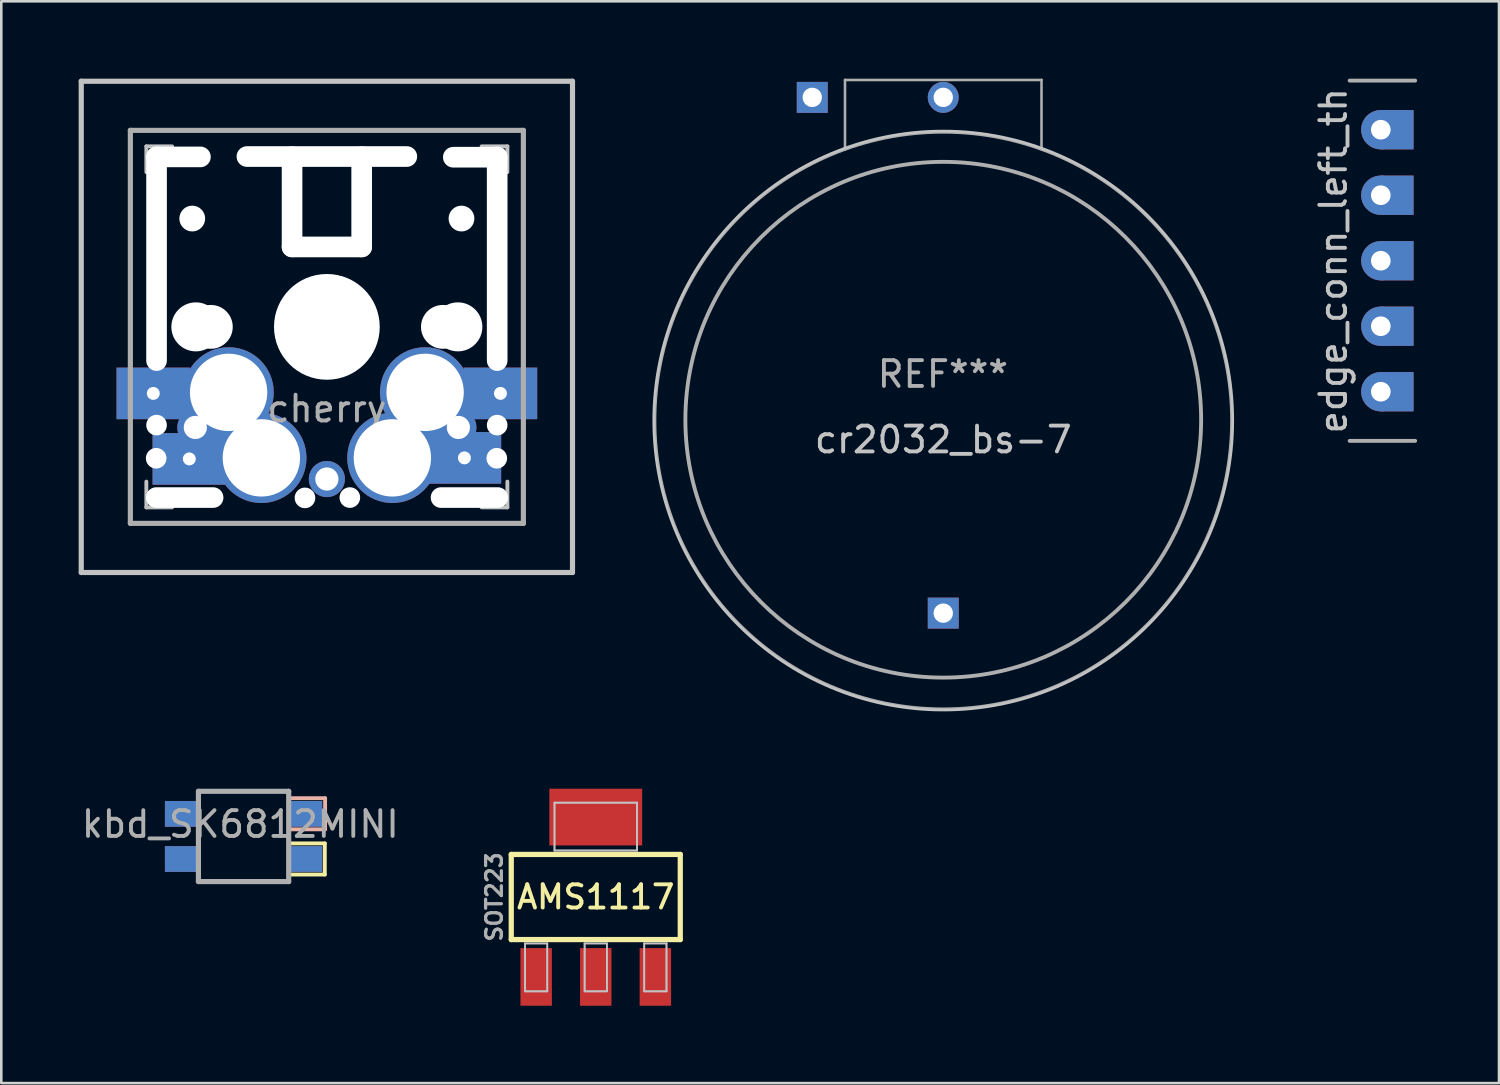
<source format=kicad_pcb>
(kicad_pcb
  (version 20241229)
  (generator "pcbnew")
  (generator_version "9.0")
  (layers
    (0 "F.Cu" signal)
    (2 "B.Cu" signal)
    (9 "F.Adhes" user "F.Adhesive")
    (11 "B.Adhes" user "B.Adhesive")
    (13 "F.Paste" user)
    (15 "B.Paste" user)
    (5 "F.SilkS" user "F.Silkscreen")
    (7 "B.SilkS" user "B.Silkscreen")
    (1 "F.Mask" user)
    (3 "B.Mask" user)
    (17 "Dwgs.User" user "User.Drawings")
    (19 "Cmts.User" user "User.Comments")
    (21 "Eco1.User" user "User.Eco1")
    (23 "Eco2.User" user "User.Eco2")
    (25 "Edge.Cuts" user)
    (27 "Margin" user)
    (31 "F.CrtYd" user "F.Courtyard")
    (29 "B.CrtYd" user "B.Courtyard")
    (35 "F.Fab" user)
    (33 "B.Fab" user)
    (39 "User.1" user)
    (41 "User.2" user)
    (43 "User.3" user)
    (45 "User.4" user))
  (footprint "edge_conn_left_th"
    (layer "F.Cu")
    (at 51.827 7.06)
    (property "Reference" "edge_conn_left_th" (at -3.175 0 270) (layer "Dwgs.User") (effects (font (size 1 1) (thickness 0.15))))
    (attr through_hole)
    (fp_line (start -2.54 -6.985) (end 0 -6.985) (stroke (width 0.15) (type solid)) (layer "F.Fab"))
    (fp_line (start 0 6.985) (end -2.54 6.985) (stroke (width 0.15) (type solid)) (layer "F.Fab"))
    (pad "1" thru_hole circle (at -1.333 -5.08 180) (size 1.524 1.524) (drill 0.762) (layers "*.Cu" "*.Mask"))
    (pad "1" smd rect (at -0.699 -5.08 180) (size 1.27 1.524) (layers "F.Cu" "F.Mask"))
    (pad "1" smd rect (at -0.699 -5.08 180) (size 1.27 1.524) (layers "B.Cu" "B.Mask"))
    (pad "2" thru_hole circle (at -1.333 -2.54 180) (size 1.524 1.524) (drill 0.762) (layers "*.Cu" "*.Mask"))
    (pad "2" smd rect (at -0.699 -2.54 180) (size 1.27 1.524) (layers "F.Cu" "F.Mask"))
    (pad "2" smd rect (at -0.699 -2.54 180) (size 1.27 1.524) (layers "B.Cu" "B.Mask"))
    (pad "3" thru_hole circle (at -1.333 0 180) (size 1.524 1.524) (drill 0.762) (layers "*.Cu" "*.Mask"))
    (pad "3" smd rect (at -0.699 0 180) (size 1.27 1.524) (layers "F.Cu" "F.Mask"))
    (pad "3" smd rect (at -0.699 0 180) (size 1.27 1.524) (layers "B.Cu" "B.Mask"))
    (pad "4" thru_hole circle (at -1.333 2.54 180) (size 1.524 1.524) (drill 0.762) (layers "*.Cu" "*.Mask"))
    (pad "4" smd rect (at -0.699 2.54 180) (size 1.27 1.524) (layers "F.Cu" "F.Mask"))
    (pad "4" smd rect (at -0.699 2.54 180) (size 1.27 1.524) (layers "B.Cu" "B.Mask"))
    (pad "5" thru_hole circle (at -1.333 5.08 180) (size 1.524 1.524) (drill 0.762) (layers "*.Cu" "*.Mask"))
    (pad "5" smd rect (at -0.699 5.08 180) (size 1.27 1.524) (layers "F.Cu" "F.Mask"))
    (pad "5" smd rect (at -0.699 5.08 180) (size 1.27 1.524) (layers "B.Cu" "B.Mask")))
  (footprint "cherry"
    (layer "F.Cu")
    (at 9.625 9.625)
    (property "Reference" "cherry" (at 0 3.175 0) (layer "F.Fab") (effects (font (size 1 1) (thickness 0.15))))
    (attr through_hole)
    (fp_line (start -9.525 -9.525) (end 9.525 -9.525) (stroke (width 0.15) (type solid)) (layer "Dwgs.User"))
    (fp_line (start -9.525 -9.525) (end 9.525 -9.525) (stroke (width 0.2) (type solid)) (layer "Dwgs.User"))
    (fp_line (start -9.525 9.525) (end -9.525 -9.525) (stroke (width 0.15) (type solid)) (layer "Dwgs.User"))
    (fp_line (start -9.525 9.525) (end -9.525 -9.525) (stroke (width 0.2) (type solid)) (layer "Dwgs.User"))
    (fp_line (start -9.525 9.525) (end 9.525 9.525) (stroke (width 0.2) (type solid)) (layer "Dwgs.User"))
    (fp_line (start -7 -7) (end -7 -6) (stroke (width 0.15) (type solid)) (layer "Dwgs.User"))
    (fp_line (start -7 7) (end -7 6) (stroke (width 0.15) (type solid)) (layer "Dwgs.User"))
    (fp_line (start -7 7) (end -6 7) (stroke (width 0.15) (type solid)) (layer "Dwgs.User"))
    (fp_line (start -6 -7) (end -7 -7) (stroke (width 0.15) (type solid)) (layer "Dwgs.User"))
    (fp_line (start 7 -7) (end 6 -7) (stroke (width 0.15) (type solid)) (layer "Dwgs.User"))
    (fp_line (start 7 -6) (end 7 -7) (stroke (width 0.15) (type solid)) (layer "Dwgs.User"))
    (fp_line (start 7 6) (end 7 7) (stroke (width 0.15) (type solid)) (layer "Dwgs.User"))
    (fp_line (start 7 7) (end 6 7) (stroke (width 0.15) (type solid)) (layer "Dwgs.User"))
    (fp_line (start 9.525 -9.525) (end 9.525 9.525) (stroke (width 0.15) (type solid)) (layer "Dwgs.User"))
    (fp_line (start 9.525 -9.525) (end 9.525 9.525) (stroke (width 0.2) (type solid)) (layer "Dwgs.User"))
    (fp_line (start 9.525 9.525) (end -9.525 9.525) (stroke (width 0.15) (type solid)) (layer "Dwgs.User"))
    (fp_line (start -7.62 -7.62) (end 7.62 -7.62) (stroke (width 0.2) (type solid)) (layer "F.Fab"))
    (fp_line (start -7.62 7.62) (end -7.62 -7.62) (stroke (width 0.2) (type solid)) (layer "F.Fab"))
    (fp_line (start 7.62 -7.62) (end 7.62 7.62) (stroke (width 0.2) (type solid)) (layer "F.Fab"))
    (fp_line (start 7.62 7.62) (end -7.62 7.62) (stroke (width 0.2) (type solid)) (layer "F.Fab"))
    (pad "" np_thru_hole oval (at -6.619 5.095 270) (size 0.8 0.8) (drill oval 0.8) (layers "*.Cu" "*.Mask"))
    (pad "" np_thru_hole oval (at -6.604 -2.642 180) (size 0.8 8.7) (drill oval 0.8 8.7) (layers "*.Cu" "*.Mask"))
    (pad "" np_thru_hole oval (at -6.604 3.81 270) (size 0.8 0.8) (drill oval 0.8) (layers "*.Cu" "*.Mask"))
    (pad "" np_thru_hole oval (at -5.753 -6.591) (size 2.5 0.8) (drill oval 2.5 0.8) (layers "*.Cu" "*.Mask"))
    (pad "" np_thru_hole oval (at -5.512 6.619) (size 3 0.8) (drill oval 3 0.8) (layers "*.Cu" "*.Mask"))
    (pad "" np_thru_hole circle (at -5.22 -4.2 180) (size 1 1) (drill 1) (layers "*.Cu" "*.Mask"))
    (pad "" np_thru_hole circle (at -5.08 0 180) (size 1.9 1.9) (drill 1.9) (layers "*.Cu" "*.Mask"))
    (pad "" np_thru_hole circle (at -4.5 0 180) (size 1.7 1.7) (drill 1.7) (layers "*.Cu" "*.Mask"))
    (pad "" np_thru_hole oval (at -1.35 -4.85 180) (size 0.8 4.3) (drill oval 0.8 4.3) (layers "*.Cu" "*.Mask"))
    (pad "" np_thru_hole oval (at -0.849 6.632 270) (size 0.8 0.8) (drill oval 0.8) (layers "*.Cu" "*.Mask"))
    (pad "" np_thru_hole oval (at 0 -6.605 180) (size 7 0.8) (drill oval 7 0.8) (layers "*.Cu" "*.Mask"))
    (pad "" np_thru_hole oval (at 0 -3.1 180) (size 3.5 0.8) (drill oval 3.5 0.8) (layers "*.Cu" "*.Mask"))
    (pad "" np_thru_hole circle (at 0 0 270) (size 4.1 4.1) (drill 4.1) (layers "*.Cu" "*.Mask"))
    (pad "" thru_hole circle (at 0 5.9 270) (size 1.4 1.4) (drill 0.9) (layers "*.Cu" "*.Mask"))
    (pad "" np_thru_hole oval (at 0.891 6.619 270) (size 0.8 0.8) (drill oval 0.8) (layers "*.Cu" "*.Mask"))
    (pad "" np_thru_hole oval (at 1.35 -4.85 180) (size 0.8 4.3) (drill oval 0.8 4.3) (layers "*.Cu" "*.Mask"))
    (pad "" np_thru_hole circle (at 4.5 0 180) (size 1.7 1.7) (drill 1.7) (layers "*.Cu" "*.Mask"))
    (pad "" np_thru_hole circle (at 5.08 0 180) (size 1.9 1.9) (drill 1.9) (layers "*.Cu" "*.Mask"))
    (pad "" np_thru_hole circle (at 5.22 -4.2 180) (size 1 1) (drill 1) (layers "*.Cu" "*.Mask"))
    (pad "" np_thru_hole oval (at 5.527 6.619) (size 3 0.8) (drill oval 3 0.8) (layers "*.Cu" "*.Mask"))
    (pad "" np_thru_hole oval (at 5.753 -6.579) (size 2.5 0.8) (drill oval 2.5 0.8) (layers "*.Cu" "*.Mask"))
    (pad "" np_thru_hole oval (at 6.589 5.095 270) (size 0.8 0.8) (drill oval 0.8) (layers "*.Cu" "*.Mask"))
    (pad "" np_thru_hole oval (at 6.604 -2.642 90) (size 8.7 0.8) (drill oval 8.7 0.8) (layers "*.Cu" "*.Mask"))
    (pad "" np_thru_hole oval (at 6.604 3.81 270) (size 0.8 0.8) (drill oval 0.8) (layers "*.Cu" "*.Mask"))
    (pad "1" thru_hole rect (at -6.731 2.58) (size 2.85 2) (drill 0.5) (layers "*.Cu" "*.Mask"))
    (pad "1" thru_hole rect (at -5.334 5.12) (size 2.85 2) (drill 0.5) (layers "*.Cu" "*.Mask"))
    (pad "1" thru_hole circle (at -5.1 3.9 130) (size 1.4 1.4) (drill 0.9) (layers "*.Cu" "*.Mask"))
    (pad "1" thru_hole circle (at -3.81 2.54) (size 3.5 3.5) (drill 3) (layers "*.Cu" "*.Mask"))
    (pad "1" thru_hole circle (at -2.54 5.08) (size 3.5 3.5) (drill 3) (layers "*.Cu" "*.Mask"))
    (pad "2" thru_hole circle (at 2.54 5.08) (size 3.5 3.5) (drill 3) (layers "*.Cu" "*.Mask"))
    (pad "2" thru_hole circle (at 3.81 2.54) (size 3.5 3.5) (drill 3) (layers "*.Cu" "*.Mask"))
    (pad "2" thru_hole circle (at 5.1 3.9 230) (size 1.4 1.4) (drill 0.9) (layers "*.Cu" "*.Mask"))
    (pad "2" thru_hole rect (at 5.334 5.08) (size 2.85 2) (drill 0.5) (layers "*.Cu" "*.Mask"))
    (pad "2" thru_hole rect (at 6.731 2.58) (size 2.85 2) (drill 0.5) (layers "*.Cu" "*.Mask")))
  (footprint "SOT223"
    (layer "F.Cu")
    (at 20.052 31.733)
    (property "Reference" "SOT223" (at -3.937 0 90) (layer "F.Fab") (effects (font (size 0.61 0.61) (thickness 0.127))))
    (attr smd)
    (fp_line (start -3.277 -1.651) (end 3.277 -1.651) (stroke (width 0.203) (type solid)) (layer "F.SilkS"))
    (fp_line (start -3.277 1.651) (end -3.277 -1.651) (stroke (width 0.203) (type solid)) (layer "F.SilkS"))
    (fp_line (start 3.277 -1.651) (end 3.277 1.651) (stroke (width 0.203) (type solid)) (layer "F.SilkS"))
    (fp_line (start 3.277 1.651) (end -3.277 1.651) (stroke (width 0.203) (type solid)) (layer "F.SilkS"))
    (fp_line (start -2.743 1.801) (end -1.88 1.801) (stroke (width 0.066) (type solid)) (layer "Dwgs.User"))
    (fp_line (start -2.743 1.801) (end -1.88 1.801) (stroke (width 0.066) (type solid)) (layer "Dwgs.User"))
    (fp_line (start -2.743 3.658) (end -2.743 1.801) (stroke (width 0.066) (type solid)) (layer "Dwgs.User"))
    (fp_line (start -2.743 3.658) (end -2.743 1.801) (stroke (width 0.066) (type solid)) (layer "Dwgs.User"))
    (fp_line (start -2.743 3.658) (end -1.88 3.658) (stroke (width 0.066) (type solid)) (layer "Dwgs.User"))
    (fp_line (start -2.743 3.658) (end -1.88 3.658) (stroke (width 0.066) (type solid)) (layer "Dwgs.User"))
    (fp_line (start -1.88 3.658) (end -1.88 1.801) (stroke (width 0.066) (type solid)) (layer "Dwgs.User"))
    (fp_line (start -1.88 3.658) (end -1.88 1.801) (stroke (width 0.066) (type solid)) (layer "Dwgs.User"))
    (fp_line (start -1.6 -3.658) (end 1.6 -3.658) (stroke (width 0.066) (type solid)) (layer "Dwgs.User"))
    (fp_line (start -1.6 -3.658) (end 1.6 -3.658) (stroke (width 0.066) (type solid)) (layer "Dwgs.User"))
    (fp_line (start -1.6 -1.801) (end -1.6 -3.658) (stroke (width 0.066) (type solid)) (layer "Dwgs.User"))
    (fp_line (start -1.6 -1.801) (end -1.6 -3.658) (stroke (width 0.066) (type solid)) (layer "Dwgs.User"))
    (fp_line (start -1.6 -1.801) (end 1.6 -1.801) (stroke (width 0.066) (type solid)) (layer "Dwgs.User"))
    (fp_line (start -1.6 -1.801) (end 1.6 -1.801) (stroke (width 0.066) (type solid)) (layer "Dwgs.User"))
    (fp_line (start -0.432 1.801) (end 0.432 1.801) (stroke (width 0.066) (type solid)) (layer "Dwgs.User"))
    (fp_line (start -0.432 1.801) (end 0.432 1.801) (stroke (width 0.066) (type solid)) (layer "Dwgs.User"))
    (fp_line (start -0.432 3.658) (end -0.432 1.801) (stroke (width 0.066) (type solid)) (layer "Dwgs.User"))
    (fp_line (start -0.432 3.658) (end -0.432 1.801) (stroke (width 0.066) (type solid)) (layer "Dwgs.User"))
    (fp_line (start -0.432 3.658) (end 0.432 3.658) (stroke (width 0.066) (type solid)) (layer "Dwgs.User"))
    (fp_line (start -0.432 3.658) (end 0.432 3.658) (stroke (width 0.066) (type solid)) (layer "Dwgs.User"))
    (fp_line (start 0.432 3.658) (end 0.432 1.801) (stroke (width 0.066) (type solid)) (layer "Dwgs.User"))
    (fp_line (start 0.432 3.658) (end 0.432 1.801) (stroke (width 0.066) (type solid)) (layer "Dwgs.User"))
    (fp_line (start 1.6 -1.801) (end 1.6 -3.658) (stroke (width 0.066) (type solid)) (layer "Dwgs.User"))
    (fp_line (start 1.6 -1.801) (end 1.6 -3.658) (stroke (width 0.066) (type solid)) (layer "Dwgs.User"))
    (fp_line (start 1.88 1.801) (end 2.743 1.801) (stroke (width 0.066) (type solid)) (layer "Dwgs.User"))
    (fp_line (start 1.88 1.801) (end 2.743 1.801) (stroke (width 0.066) (type solid)) (layer "Dwgs.User"))
    (fp_line (start 1.88 3.658) (end 1.88 1.801) (stroke (width 0.066) (type solid)) (layer "Dwgs.User"))
    (fp_line (start 1.88 3.658) (end 1.88 1.801) (stroke (width 0.066) (type solid)) (layer "Dwgs.User"))
    (fp_line (start 1.88 3.658) (end 2.743 3.658) (stroke (width 0.066) (type solid)) (layer "Dwgs.User"))
    (fp_line (start 1.88 3.658) (end 2.743 3.658) (stroke (width 0.066) (type solid)) (layer "Dwgs.User"))
    (fp_line (start 2.743 3.658) (end 2.743 1.801) (stroke (width 0.066) (type solid)) (layer "Dwgs.User"))
    (fp_line (start 2.743 3.658) (end 2.743 1.801) (stroke (width 0.066) (type solid)) (layer "Dwgs.User"))
    (fp_text user "AMS1117" (at 0 0 0) (layer "F.SilkS") (effects (font (size 0.9 0.9) (thickness 0.15))))
    (pad "1" smd rect (at -2.311 3.099) (size 1.219 2.235) (layers "F.Cu" "F.Mask" "F.Paste"))
    (pad "2" smd rect (at 0 3.099) (size 1.219 2.235) (layers "F.Cu" "F.Mask" "F.Paste"))
    (pad "3" smd rect (at 2.311 3.099) (size 1.219 2.235) (layers "F.Cu" "F.Mask" "F.Paste"))
    (pad "4" smd rect (at 0 -3.099) (size 3.599 2.2) (layers "F.Cu" "F.Mask" "F.Paste")))
  (footprint "kbd_SK6812MINI"
    (layer "F.Cu")
    (at 6.395 29.465)
    (property "Reference" "kbd_SK6812MINI" (at -0.127 -0.555 0) (layer "F.Fab") (effects (font (size 1 1) (thickness 0.15))))
    (attr through_hole)
    (fp_line (start 1.753 0.191) (end 3.15 0.191) (stroke (width 0.15) (type solid)) (layer "F.SilkS"))
    (fp_line (start 3.15 0.191) (end 3.15 1.397) (stroke (width 0.15) (type solid)) (layer "F.SilkS"))
    (fp_line (start 3.15 1.397) (end 1.753 1.397) (stroke (width 0.15) (type solid)) (layer "F.SilkS"))
    (fp_line (start 1.765 -1.562) (end 3.162 -1.562) (stroke (width 0.15) (type solid)) (layer "B.SilkS"))
    (fp_line (start 3.162 -1.562) (end 3.162 -0.356) (stroke (width 0.15) (type solid)) (layer "B.SilkS"))
    (fp_line (start 3.162 -0.356) (end 1.765 -0.356) (stroke (width 0.15) (type solid)) (layer "B.SilkS"))
    (fp_line (start -1.75 -1.83) (end -1.75 1.67) (stroke (width 0.2) (type solid)) (layer "F.Fab"))
    (fp_line (start -1.75 -1.83) (end 1.75 -1.83) (stroke (width 0.2) (type solid)) (layer "F.Fab"))
    (fp_line (start 1.75 -1.83) (end 1.75 1.67) (stroke (width 0.2) (type solid)) (layer "F.Fab"))
    (fp_line (start 1.75 1.67) (end -1.75 1.67) (stroke (width 0.2) (type solid)) (layer "F.Fab"))
    (pad "1" smd rect (at -2.4 -0.955) (size 1.3 1) (layers "B.Cu" "B.Mask" "B.Paste"))
    (pad "1" smd rect (at -2.4 0.795) (size 1.3 1) (layers "F.Cu" "F.Mask" "F.Paste"))
    (pad "2" smd rect (at -2.4 -0.955) (size 1.3 1) (layers "F.Cu" "F.Mask" "F.Paste"))
    (pad "2" smd rect (at -2.4 0.795) (size 1.3 1) (layers "B.Cu" "B.Mask" "B.Paste"))
    (pad "3" smd rect (at 2.4 -0.955) (size 1.3 1) (layers "F.Cu" "F.Mask" "F.Paste"))
    (pad "3" smd rect (at 2.4 0.795) (size 1.3 1) (layers "B.Cu" "B.Mask" "B.Paste"))
    (pad "4" smd rect (at 2.4 -0.955) (size 1.3 1) (layers "B.Cu" "B.Mask" "B.Paste"))
    (pad "4" smd rect (at 2.4 0.795) (size 1.3 1) (layers "F.Cu" "F.Mask" "F.Paste")))
  (footprint "cr2032_bs-7"
    (layer "F.Cu")
    (at 33.512 13.365)
    (property "Reference" "cr2032_bs-7" (at 0.015 0.635 180) (layer "Dwgs.User") (effects (font (size 1 1) (thickness 0.15))))
    (attr through_hole)
    (fp_circle (center 0.015 -0.107) (end 0.015 -11.334) (stroke (width 0.1) (type solid)) (fill no) (layer "Dwgs.User"))
    (fp_line (start -3.795 -13.315) (end 3.825 -13.315) (stroke (width 0.1) (type solid)) (layer "F.Fab"))
    (fp_line (start -3.795 -10.622) (end -3.795 -13.315) (stroke (width 0.1) (type solid)) (layer "F.Fab"))
    (fp_line (start 3.825 -10.622) (end 3.825 -13.315) (stroke (width 0.1) (type solid)) (layer "F.Fab"))
    (fp_circle (center 0.015 -0.139) (end 0.015 -10.139) (stroke (width 0.15) (type solid)) (fill no) (layer "F.Fab"))
    (fp_circle (center 0.015 -0.107) (end 0.015 11.069) (stroke (width 0.1) (type solid)) (fill no) (layer "F.Fab"))
    (fp_text user "REF***" (at 0 -1.905 180) (layer "F.Fab") (effects (font (size 1 1) (thickness 0.15))))
    (pad "1" thru_hole circle (at 0.015 -12.639 90) (size 1.2 1.2) (drill 0.75) (layers "*.Cu" "*.Mask"))
    (pad "2" thru_hole rect (at -5.065 -12.639 90) (size 1.2 1.2) (drill 0.75) (layers "*.Cu" "*.Mask"))
    (pad "2" thru_hole rect (at 0.015 7.361 90) (size 1.2 1.2) (drill 0.75) (layers "*.Cu" "*.Mask")))
  (gr_rect
    (start -3 -3)
    (end 55.077 38.95)
    (stroke (width 0.1) (type default))
    (fill no)
    (layer "Edge.Cuts")))
</source>
